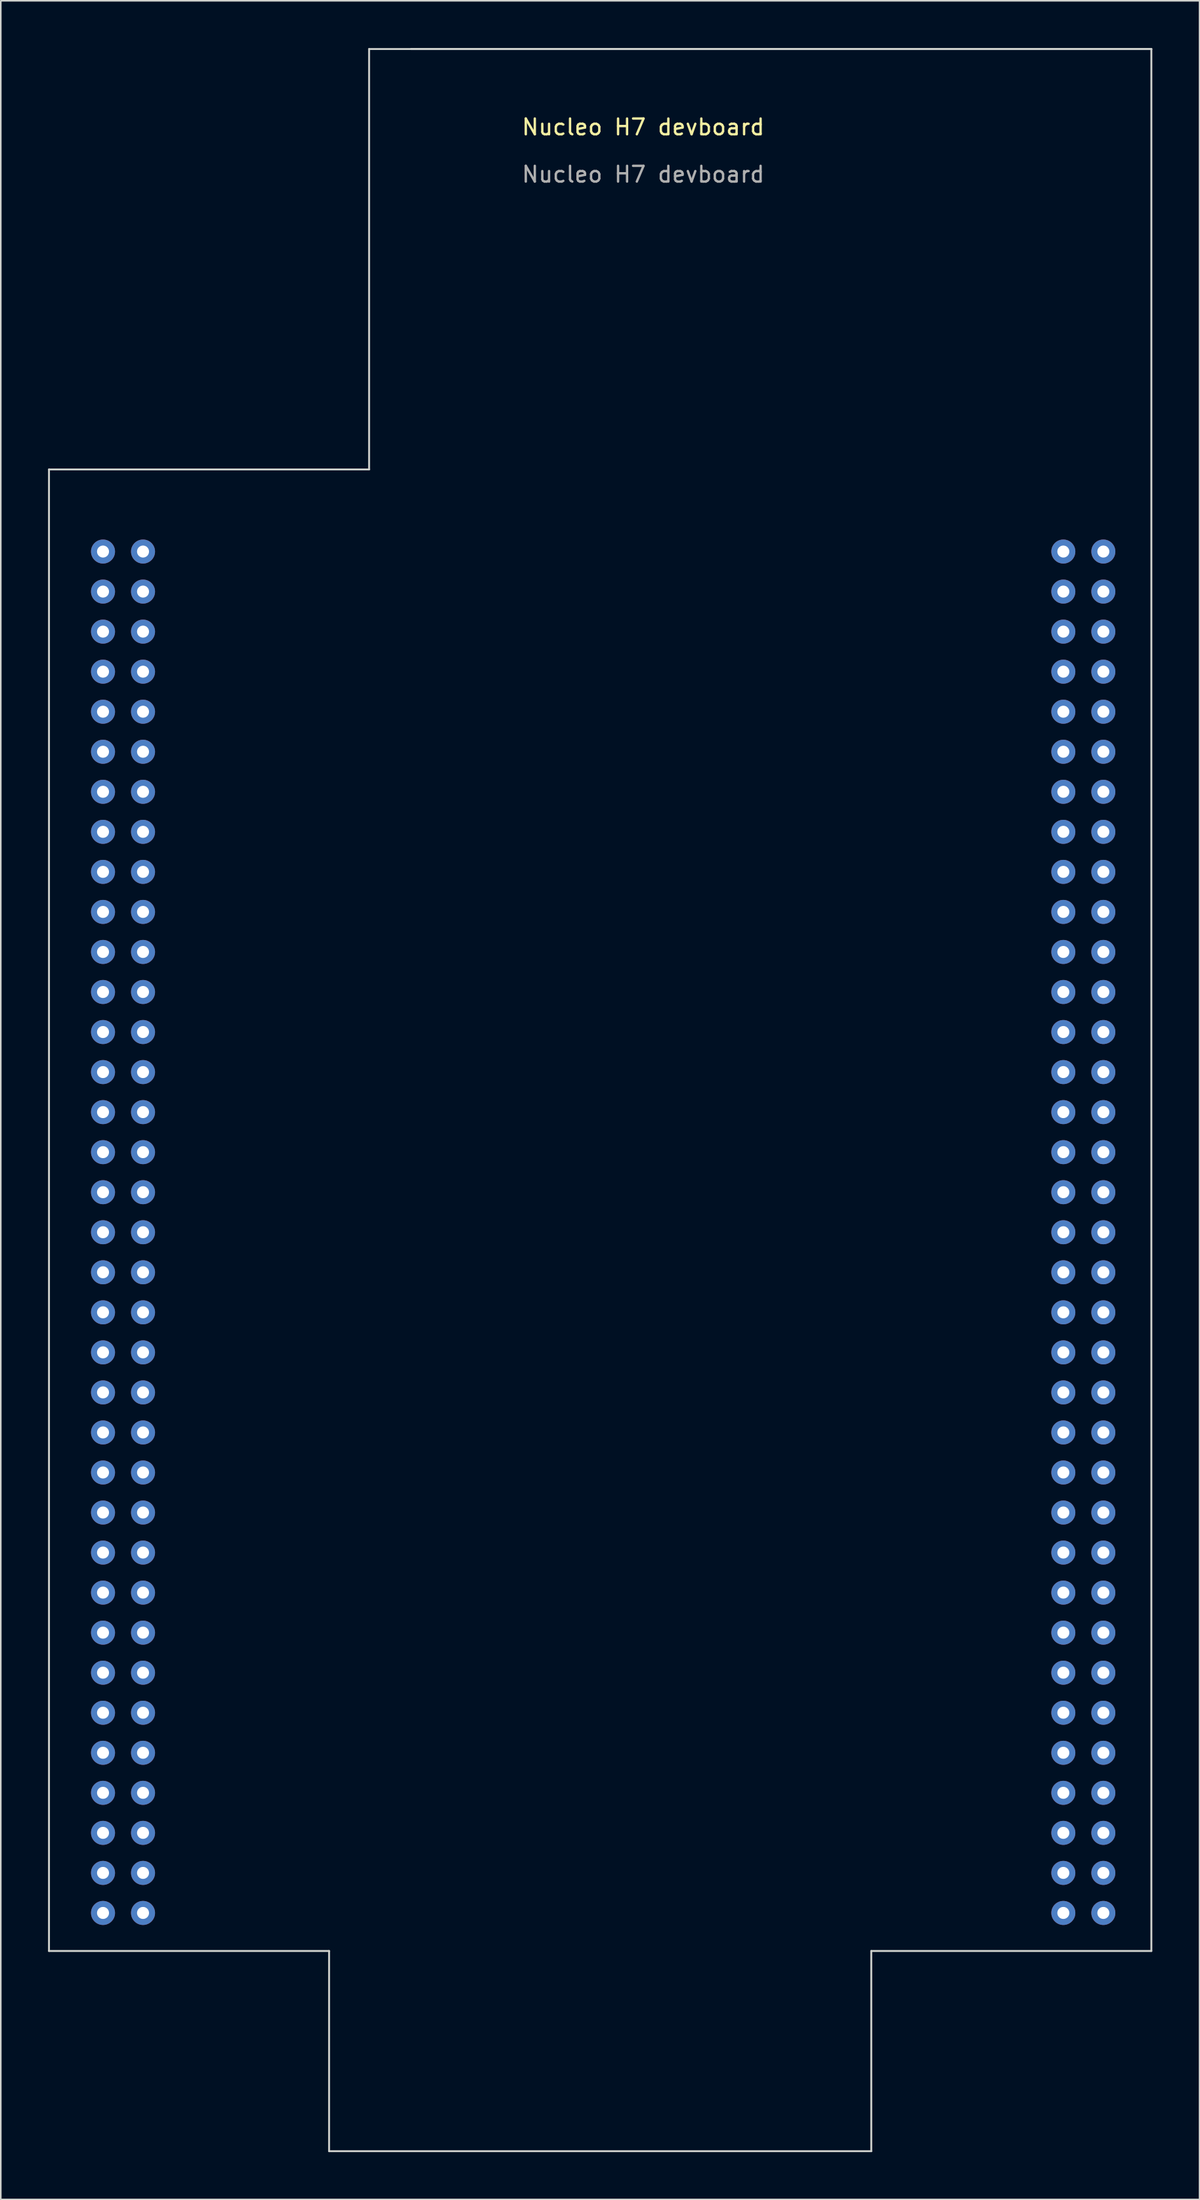
<source format=kicad_pcb>
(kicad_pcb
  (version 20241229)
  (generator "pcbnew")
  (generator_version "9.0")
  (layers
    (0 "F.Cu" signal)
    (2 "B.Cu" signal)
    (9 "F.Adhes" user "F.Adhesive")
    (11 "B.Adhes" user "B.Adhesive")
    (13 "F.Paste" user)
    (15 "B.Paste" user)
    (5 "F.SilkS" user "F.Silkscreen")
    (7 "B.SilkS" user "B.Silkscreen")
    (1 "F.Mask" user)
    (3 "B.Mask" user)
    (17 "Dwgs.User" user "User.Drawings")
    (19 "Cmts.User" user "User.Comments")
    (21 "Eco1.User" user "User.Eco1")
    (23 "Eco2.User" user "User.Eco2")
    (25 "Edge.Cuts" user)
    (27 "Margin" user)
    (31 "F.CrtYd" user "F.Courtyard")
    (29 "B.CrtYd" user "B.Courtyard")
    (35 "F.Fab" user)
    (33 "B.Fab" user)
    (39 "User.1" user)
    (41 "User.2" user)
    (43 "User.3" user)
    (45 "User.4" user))
  (footprint "Nucleo H7 devboard"
    (layer "F.Cu")
    (at 37.271 29.397)
    (property "Reference" "Nucleo H7 devboard" (at 0.508 -24.384 0) (unlocked yes) (layer "F.SilkS") (effects (font (size 1 1) (thickness 0.15))))
    (attr through_hole)
    (fp_line (start -37.211 -2.667) (end -37.211 91.313) (stroke (width 0.12) (type solid)) (layer "Edge.Cuts"))
    (fp_line (start -19.431 91.313) (end -37.211 91.313) (stroke (width 0.12) (type solid)) (layer "Edge.Cuts"))
    (fp_line (start -19.431 104.013) (end -19.431 91.313) (stroke (width 0.12) (type solid)) (layer "Edge.Cuts"))
    (fp_line (start -16.891 -29.337) (end -16.891 -2.667) (stroke (width 0.12) (type solid)) (layer "Edge.Cuts"))
    (fp_line (start -16.891 -2.667) (end -37.211 -2.667) (stroke (width 0.12) (type solid)) (layer "Edge.Cuts"))
    (fp_line (start 14.986 104.013) (end -19.431 104.013) (stroke (width 0.12) (type solid)) (layer "Edge.Cuts"))
    (fp_line (start 14.986 104.013) (end 14.986 91.313) (stroke (width 0.12) (type solid)) (layer "Edge.Cuts"))
    (fp_line (start 32.766 -29.337) (end -16.891 -29.337) (stroke (width 0.12) (type solid)) (layer "Edge.Cuts"))
    (fp_line (start 32.766 -29.337) (end -14.224 -29.337) (stroke (width 0.12) (type solid)) (layer "Edge.Cuts"))
    (fp_line (start 32.766 -29.337) (end 32.766 91.313) (stroke (width 0.12) (type solid)) (layer "Edge.Cuts"))
    (fp_line (start 32.766 91.313) (end 14.986 91.313) (stroke (width 0.12) (type solid)) (layer "Edge.Cuts"))
    (fp_text user "${REFERENCE}" (at 0.508 -21.384 0) (unlocked yes) (layer "F.Fab") (effects (font (size 1 1) (thickness 0.15))))
    (pad "+3V3" thru_hole circle (at -31.242 20.32) (size 1.524 1.524) (drill 0.762) (layers "*.Cu" "*.Mask"))
    (pad "+5V" thru_hole circle (at -31.242 22.86) (size 1.524 1.524) (drill 0.762) (layers "*.Cu" "*.Mask"))
    (pad "AGND" thru_hole circle (at 29.718 40.64) (size 1.524 1.524) (drill 0.762) (layers "*.Cu" "*.Mask"))
    (pad "AVDD" thru_hole circle (at 27.178 10.16) (size 1.524 1.524) (drill 0.762) (layers "*.Cu" "*.Mask"))
    (pad "BOOT0" thru_hole circle (at -33.782 10.16) (size 1.524 1.524) (drill 0.762) (layers "*.Cu" "*.Mask"))
    (pad "E5V" thru_hole circle (at -31.242 7.62) (size 1.524 1.524) (drill 0.762) (layers "*.Cu" "*.Mask"))
    (pad "GND" thru_hole circle (at -33.782 25.4) (size 1.524 1.524) (drill 0.762) (layers "*.Cu" "*.Mask"))
    (pad "GND" thru_hole circle (at -33.782 63.5) (size 1.524 1.524) (drill 0.762) (layers "*.Cu" "*.Mask"))
    (pad "GND" thru_hole circle (at -31.242 10.16) (size 1.524 1.524) (drill 0.762) (layers "*.Cu" "*.Mask"))
    (pad "GND" thru_hole circle (at -31.242 25.4) (size 1.524 1.524) (drill 0.762) (layers "*.Cu" "*.Mask"))
    (pad "GND" thru_hole circle (at -31.242 27.94) (size 1.524 1.524) (drill 0.762) (layers "*.Cu" "*.Mask"))
    (pad "GND" thru_hole circle (at -31.242 76.2) (size 1.524 1.524) (drill 0.762) (layers "*.Cu" "*.Mask"))
    (pad "GND" thru_hole circle (at 27.178 12.7) (size 1.524 1.524) (drill 0.762) (layers "*.Cu" "*.Mask"))
    (pad "GND" thru_hole circle (at 27.178 50.8) (size 1.524 1.524) (drill 0.762) (layers "*.Cu" "*.Mask"))
    (pad "GND" thru_hole circle (at 27.178 81.28) (size 1.524 1.524) (drill 0.762) (layers "*.Cu" "*.Mask"))
    (pad "GND" thru_hole circle (at 29.718 25.4) (size 1.524 1.524) (drill 0.762) (layers "*.Cu" "*.Mask"))
    (pad "GND" thru_hole circle (at 29.718 68.58) (size 1.524 1.524) (drill 0.762) (layers "*.Cu" "*.Mask"))
    (pad "IOREF" thru_hole circle (at -31.242 15.24) (size 1.524 1.524) (drill 0.762) (layers "*.Cu" "*.Mask"))
    (pad "NC" thru_hole circle (at -31.242 12.7) (size 1.524 1.524) (drill 0.762) (layers "*.Cu" "*.Mask"))
    (pad "NC" thru_hole circle (at -31.242 33.02) (size 1.524 1.524) (drill 0.762) (layers "*.Cu" "*.Mask"))
    (pad "NRST" thru_hole circle (at -31.242 17.78) (size 1.524 1.524) (drill 0.762) (layers "*.Cu" "*.Mask"))
    (pad "OSC0" thru_hole circle (at -33.782 40.64) (size 1.524 1.524) (drill 0.762) (layers "*.Cu" "*.Mask"))
    (pad "OSC1" thru_hole circle (at -33.782 38.1) (size 1.524 1.524) (drill 0.762) (layers "*.Cu" "*.Mask"))
    (pad "PA0" thru_hole circle (at -31.242 35.56) (size 1.524 1.524) (drill 0.762) (layers "*.Cu" "*.Mask"))
    (pad "PA1" thru_hole circle (at -31.242 38.1) (size 1.524 1.524) (drill 0.762) (layers "*.Cu" "*.Mask"))
    (pad "PA2" thru_hole circle (at 27.178 45.72) (size 1.524 1.524) (drill 0.762) (layers "*.Cu" "*.Mask"))
    (pad "PA3" thru_hole circle (at 27.178 48.26) (size 1.524 1.524) (drill 0.762) (layers "*.Cu" "*.Mask"))
    (pad "PA4" thru_hole circle (at -31.242 40.64) (size 1.524 1.524) (drill 0.762) (layers "*.Cu" "*.Mask"))
    (pad "PA5" thru_hole circle (at 27.178 15.24) (size 1.524 1.524) (drill 0.762) (layers "*.Cu" "*.Mask"))
    (pad "PA6" thru_hole circle (at 27.178 17.78) (size 1.524 1.524) (drill 0.762) (layers "*.Cu" "*.Mask"))
    (pad "PA7" thru_hole circle (at 27.178 20.32) (size 1.524 1.524) (drill 0.762) (layers "*.Cu" "*.Mask"))
    (pad "PA8" thru_hole circle (at 27.178 30.48) (size 1.524 1.524) (drill 0.762) (layers "*.Cu" "*.Mask"))
    (pad "PA9" thru_hole circle (at 27.178 27.94) (size 1.524 1.524) (drill 0.762) (layers "*.Cu" "*.Mask"))
    (pad "PA10" thru_hole circle (at 27.178 43.18) (size 1.524 1.524) (drill 0.762) (layers "*.Cu" "*.Mask"))
    (pad "PA11" thru_hole circle (at 29.718 17.78) (size 1.524 1.524) (drill 0.762) (layers "*.Cu" "*.Mask"))
    (pad "PA12" thru_hole circle (at 29.718 15.24) (size 1.524 1.524) (drill 0.762) (layers "*.Cu" "*.Mask"))
    (pad "PA13" thru_hole circle (at -33.782 17.78) (size 1.524 1.524) (drill 0.762) (layers "*.Cu" "*.Mask"))
    (pad "PA14" thru_hole circle (at -33.782 20.32) (size 1.524 1.524) (drill 0.762) (layers "*.Cu" "*.Mask"))
    (pad "PA15" thru_hole circle (at -33.782 22.86) (size 1.524 1.524) (drill 0.762) (layers "*.Cu" "*.Mask"))
    (pad "PB0" thru_hole circle (at -31.242 43.18) (size 1.524 1.524) (drill 0.762) (layers "*.Cu" "*.Mask"))
    (pad "PB1" thru_hole circle (at 29.718 30.48) (size 1.524 1.524) (drill 0.762) (layers "*.Cu" "*.Mask"))
    (pad "PB2" thru_hole circle (at 29.718 27.94) (size 1.524 1.524) (drill 0.762) (layers "*.Cu" "*.Mask"))
    (pad "PB3" thru_hole circle (at 27.178 40.64) (size 1.524 1.524) (drill 0.762) (layers "*.Cu" "*.Mask"))
    (pad "PB4" thru_hole circle (at 27.178 35.56) (size 1.524 1.524) (drill 0.762) (layers "*.Cu" "*.Mask"))
    (pad "PB5" thru_hole circle (at 27.178 38.1) (size 1.524 1.524) (drill 0.762) (layers "*.Cu" "*.Mask"))
    (pad "PB6" thru_hole circle (at 27.178 22.86) (size 1.524 1.524) (drill 0.762) (layers "*.Cu" "*.Mask"))
    (pad "PB7" thru_hole circle (at -33.782 27.94) (size 1.524 1.524) (drill 0.762) (layers "*.Cu" "*.Mask"))
    (pad "PB8" thru_hole circle (at 27.178 5.08) (size 1.524 1.524) (drill 0.762) (layers "*.Cu" "*.Mask"))
    (pad "PB9" thru_hole circle (at 27.178 7.62) (size 1.524 1.524) (drill 0.762) (layers "*.Cu" "*.Mask"))
    (pad "PB10" thru_hole circle (at 27.178 33.02) (size 1.524 1.524) (drill 0.762) (layers "*.Cu" "*.Mask"))
    (pad "PB11" thru_hole circle (at 29.718 22.86) (size 1.524 1.524) (drill 0.762) (layers "*.Cu" "*.Mask"))
    (pad "PB12" thru_hole circle (at 29.718 20.32) (size 1.524 1.524) (drill 0.762) (layers "*.Cu" "*.Mask"))
    (pad "PB13" thru_hole circle (at 29.718 38.1) (size 1.524 1.524) (drill 0.762) (layers "*.Cu" "*.Mask"))
    (pad "PB14" thru_hole circle (at 29.718 35.56) (size 1.524 1.524) (drill 0.762) (layers "*.Cu" "*.Mask"))
    (pad "PB15" thru_hole circle (at 29.718 33.02) (size 1.524 1.524) (drill 0.762) (layers "*.Cu" "*.Mask"))
    (pad "PC0" thru_hole circle (at -31.242 48.26) (size 1.524 1.524) (drill 0.762) (layers "*.Cu" "*.Mask"))
    (pad "PC1" thru_hole circle (at -31.242 45.72) (size 1.524 1.524) (drill 0.762) (layers "*.Cu" "*.Mask"))
    (pad "PC2" thru_hole circle (at -33.782 45.72) (size 1.524 1.524) (drill 0.762) (layers "*.Cu" "*.Mask"))
    (pad "PC3" thru_hole circle (at -33.782 48.26) (size 1.524 1.524) (drill 0.762) (layers "*.Cu" "*.Mask"))
    (pad "PC4" thru_hole circle (at 29.718 43.18) (size 1.524 1.524) (drill 0.762) (layers "*.Cu" "*.Mask"))
    (pad "PC5" thru_hole circle (at 29.718 7.62) (size 1.524 1.524) (drill 0.762) (layers "*.Cu" "*.Mask"))
    (pad "PC6" thru_hole circle (at 29.718 5.08) (size 1.524 1.524) (drill 0.762) (layers "*.Cu" "*.Mask"))
    (pad "PC7" thru_hole circle (at 27.178 25.4) (size 1.524 1.524) (drill 0.762) (layers "*.Cu" "*.Mask"))
    (pad "PC8" thru_hole circle (at 29.718 2.54) (size 1.524 1.524) (drill 0.762) (layers "*.Cu" "*.Mask"))
    (pad "PC9" thru_hole circle (at 27.178 2.54) (size 1.524 1.524) (drill 0.762) (layers "*.Cu" "*.Mask"))
    (pad "PC10" thru_hole circle (at -33.782 2.54) (size 1.524 1.524) (drill 0.762) (layers "*.Cu" "*.Mask"))
    (pad "PC11" thru_hole circle (at -31.242 2.54) (size 1.524 1.524) (drill 0.762) (layers "*.Cu" "*.Mask"))
    (pad "PC12" thru_hole circle (at -33.782 5.08) (size 1.524 1.524) (drill 0.762) (layers "*.Cu" "*.Mask"))
    (pad "PC13" thru_hole circle (at -33.782 30.48) (size 1.524 1.524) (drill 0.762) (layers "*.Cu" "*.Mask"))
    (pad "PC14" thru_hole circle (at -33.782 33.02) (size 1.524 1.524) (drill 0.762) (layers "*.Cu" "*.Mask"))
    (pad "PC15" thru_hole circle (at -33.782 35.56) (size 1.524 1.524) (drill 0.762) (layers "*.Cu" "*.Mask"))
    (pad "PD0" thru_hole circle (at -33.782 73.66) (size 1.524 1.524) (drill 0.762) (layers "*.Cu" "*.Mask"))
    (pad "PD1" thru_hole circle (at -33.782 71.12) (size 1.524 1.524) (drill 0.762) (layers "*.Cu" "*.Mask"))
    (pad "PD2" thru_hole circle (at -31.242 5.08) (size 1.524 1.524) (drill 0.762) (layers "*.Cu" "*.Mask"))
    (pad "PD3" thru_hole circle (at -31.242 50.8) (size 1.524 1.524) (drill 0.762) (layers "*.Cu" "*.Mask"))
    (pad "PD4" thru_hole circle (at -33.782 50.8) (size 1.524 1.524) (drill 0.762) (layers "*.Cu" "*.Mask"))
    (pad "PD5" thru_hole circle (at -33.782 53.34) (size 1.524 1.524) (drill 0.762) (layers "*.Cu" "*.Mask"))
    (pad "PD6" thru_hole circle (at -33.782 55.88) (size 1.524 1.524) (drill 0.762) (layers "*.Cu" "*.Mask"))
    (pad "PD7" thru_hole circle (at -33.782 58.42) (size 1.524 1.524) (drill 0.762) (layers "*.Cu" "*.Mask"))
    (pad "PD8" thru_hole circle (at 29.718 12.7) (size 1.524 1.524) (drill 0.762) (layers "*.Cu" "*.Mask"))
    (pad "PD9" thru_hole circle (at -33.782 88.9) (size 1.524 1.524) (drill 0.762) (layers "*.Cu" "*.Mask"))
    (pad "PD10" thru_hole circle (at 27.178 83.82) (size 1.524 1.524) (drill 0.762) (layers "*.Cu" "*.Mask"))
    (pad "PD11" thru_hole circle (at 27.178 58.42) (size 1.524 1.524) (drill 0.762) (layers "*.Cu" "*.Mask"))
    (pad "PD12" thru_hole circle (at 27.178 55.88) (size 1.524 1.524) (drill 0.762) (layers "*.Cu" "*.Mask"))
    (pad "PD13" thru_hole circle (at 27.178 53.34) (size 1.524 1.524) (drill 0.762) (layers "*.Cu" "*.Mask"))
    (pad "PD14" thru_hole circle (at 29.718 58.42) (size 1.524 1.524) (drill 0.762) (layers "*.Cu" "*.Mask"))
    (pad "PD15" thru_hole circle (at 29.718 60.96) (size 1.524 1.524) (drill 0.762) (layers "*.Cu" "*.Mask"))
    (pad "PE0" thru_hole circle (at 29.718 81.28) (size 1.524 1.524) (drill 0.762) (layers "*.Cu" "*.Mask"))
    (pad "PE1" thru_hole circle (at -33.782 78.74) (size 1.524 1.524) (drill 0.762) (layers "*.Cu" "*.Mask"))
    (pad "PE2" thru_hole circle (at -31.242 58.42) (size 1.524 1.524) (drill 0.762) (layers "*.Cu" "*.Mask"))
    (pad "PE3" thru_hole circle (at -33.782 60.96) (size 1.524 1.524) (drill 0.762) (layers "*.Cu" "*.Mask"))
    (pad "PE4" thru_hole circle (at -31.242 60.96) (size 1.524 1.524) (drill 0.762) (layers "*.Cu" "*.Mask"))
    (pad "PE5" thru_hole circle (at -31.242 63.5) (size 1.524 1.524) (drill 0.762) (layers "*.Cu" "*.Mask"))
    (pad "PE6" thru_hole circle (at -31.242 78.74) (size 1.524 1.524) (drill 0.762) (layers "*.Cu" "*.Mask"))
    (pad "PE7" thru_hole circle (at 29.718 55.88) (size 1.524 1.524) (drill 0.762) (layers "*.Cu" "*.Mask"))
    (pad "PE8" thru_hole circle (at 29.718 50.8) (size 1.524 1.524) (drill 0.762) (layers "*.Cu" "*.Mask"))
    (pad "PE9" thru_hole circle (at 29.718 66.04) (size 1.524 1.524) (drill 0.762) (layers "*.Cu" "*.Mask"))
    (pad "PE10" thru_hole circle (at 27.178 60.96) (size 1.524 1.524) (drill 0.762) (layers "*.Cu" "*.Mask"))
    (pad "PE11" thru_hole circle (at 29.718 71.12) (size 1.524 1.524) (drill 0.762) (layers "*.Cu" "*.Mask"))
    (pad "PE12" thru_hole circle (at 27.178 63.5) (size 1.524 1.524) (drill 0.762) (layers "*.Cu" "*.Mask"))
    (pad "PE13" thru_hole circle (at 27.178 71.12) (size 1.524 1.524) (drill 0.762) (layers "*.Cu" "*.Mask"))
    (pad "PE14" thru_hole circle (at 27.178 66.04) (size 1.524 1.524) (drill 0.762) (layers "*.Cu" "*.Mask"))
    (pad "PE15" thru_hole circle (at 27.178 68.58) (size 1.524 1.524) (drill 0.762) (layers "*.Cu" "*.Mask"))
    (pad "PF0" thru_hole circle (at -33.782 68.58) (size 1.524 1.524) (drill 0.762) (layers "*.Cu" "*.Mask"))
    (pad "PF1" thru_hole circle (at -33.782 66.04) (size 1.524 1.524) (drill 0.762) (layers "*.Cu" "*.Mask"))
    (pad "PF2" thru_hole circle (at -31.242 66.04) (size 1.524 1.524) (drill 0.762) (layers "*.Cu" "*.Mask"))
    (pad "PF3" thru_hole circle (at 29.718 73.66) (size 1.524 1.524) (drill 0.762) (layers "*.Cu" "*.Mask"))
    (pad "PF4" thru_hole circle (at 29.718 48.26) (size 1.524 1.524) (drill 0.762) (layers "*.Cu" "*.Mask"))
    (pad "PF5" thru_hole circle (at 29.718 45.72) (size 1.524 1.524) (drill 0.762) (layers "*.Cu" "*.Mask"))
    (pad "PF6" thru_hole circle (at -33.782 12.7) (size 1.524 1.524) (drill 0.762) (layers "*.Cu" "*.Mask"))
    (pad "PF7" thru_hole circle (at -33.782 15.24) (size 1.524 1.524) (drill 0.762) (layers "*.Cu" "*.Mask"))
    (pad "PF8" thru_hole circle (at -31.242 68.58) (size 1.524 1.524) (drill 0.762) (layers "*.Cu" "*.Mask"))
    (pad "PF9" thru_hole circle (at -31.242 71.12) (size 1.524 1.524) (drill 0.762) (layers "*.Cu" "*.Mask"))
    (pad "PF10" thru_hole circle (at 29.718 53.34) (size 1.524 1.524) (drill 0.762) (layers "*.Cu" "*.Mask"))
    (pad "PF11" thru_hole circle (at 29.718 78.74) (size 1.524 1.524) (drill 0.762) (layers "*.Cu" "*.Mask"))
    (pad "PF12" thru_hole circle (at 27.178 76.2) (size 1.524 1.524) (drill 0.762) (layers "*.Cu" "*.Mask"))
    (pad "PF13" thru_hole circle (at 27.178 73.66) (size 1.524 1.524) (drill 0.762) (layers "*.Cu" "*.Mask"))
    (pad "PF14" thru_hole circle (at 29.718 63.5) (size 1.524 1.524) (drill 0.762) (layers "*.Cu" "*.Mask"))
    (pad "PF15" thru_hole circle (at 29.718 76.2) (size 1.524 1.524) (drill 0.762) (layers "*.Cu" "*.Mask"))
    (pad "PG0" thru_hole circle (at -33.782 76.2) (size 1.524 1.524) (drill 0.762) (layers "*.Cu" "*.Mask"))
    (pad "PG1" thru_hole circle (at -31.242 73.66) (size 1.524 1.524) (drill 0.762) (layers "*.Cu" "*.Mask"))
    (pad "PG2" thru_hole circle (at -31.242 53.34) (size 1.524 1.524) (drill 0.762) (layers "*.Cu" "*.Mask"))
    (pad "PG3" thru_hole circle (at -31.242 55.88) (size 1.524 1.524) (drill 0.762) (layers "*.Cu" "*.Mask"))
    (pad "PG4" thru_hole circle (at 27.178 88.9) (size 1.524 1.524) (drill 0.762) (layers "*.Cu" "*.Mask"))
    (pad "PG5" thru_hole circle (at 29.718 86.36) (size 1.524 1.524) (drill 0.762) (layers "*.Cu" "*.Mask"))
    (pad "PG6" thru_hole circle (at 29.718 88.9) (size 1.524 1.524) (drill 0.762) (layers "*.Cu" "*.Mask"))
    (pad "PG7" thru_hole circle (at 27.178 86.36) (size 1.524 1.524) (drill 0.762) (layers "*.Cu" "*.Mask"))
    (pad "PG8" thru_hole circle (at 29.718 83.82) (size 1.524 1.524) (drill 0.762) (layers "*.Cu" "*.Mask"))
    (pad "PG9" thru_hole circle (at -33.782 81.28) (size 1.524 1.524) (drill 0.762) (layers "*.Cu" "*.Mask"))
    (pad "PG10" thru_hole circle (at -31.242 83.82) (size 1.524 1.524) (drill 0.762) (layers "*.Cu" "*.Mask"))
    (pad "PG11" thru_hole circle (at -31.242 88.9) (size 1.524 1.524) (drill 0.762) (layers "*.Cu" "*.Mask"))
    (pad "PG12" thru_hole circle (at -33.782 83.82) (size 1.524 1.524) (drill 0.762) (layers "*.Cu" "*.Mask"))
    (pad "PG13" thru_hole circle (at -31.242 86.36) (size 1.524 1.524) (drill 0.762) (layers "*.Cu" "*.Mask"))
    (pad "PG14" thru_hole circle (at 27.178 78.74) (size 1.524 1.524) (drill 0.762) (layers "*.Cu" "*.Mask"))
    (pad "PG15" thru_hole circle (at -31.242 81.28) (size 1.524 1.524) (drill 0.762) (layers "*.Cu" "*.Mask"))
    (pad "PH2" thru_hole circle (at -33.782 86.36) (size 1.524 1.524) (drill 0.762) (layers "*.Cu" "*.Mask"))
    (pad "U5V" thru_hole circle (at 29.718 10.16) (size 1.524 1.524) (drill 0.762) (layers "*.Cu" "*.Mask"))
    (pad "VBAT" thru_hole circle (at -33.782 43.18) (size 1.524 1.524) (drill 0.762) (layers "*.Cu" "*.Mask"))
    (pad "VIN" thru_hole circle (at -31.242 30.48) (size 1.524 1.524) (drill 0.762) (layers "*.Cu" "*.Mask"))
    (pad "Vdd" thru_hole circle (at -33.782 7.62) (size 1.524 1.524) (drill 0.762) (layers "*.Cu" "*.Mask")))
  (gr_rect
    (start -3 -3)
    (end 73.097 136.47)
    (stroke (width 0.1) (type default))
    (fill no)
    (layer "Edge.Cuts")))
</source>
